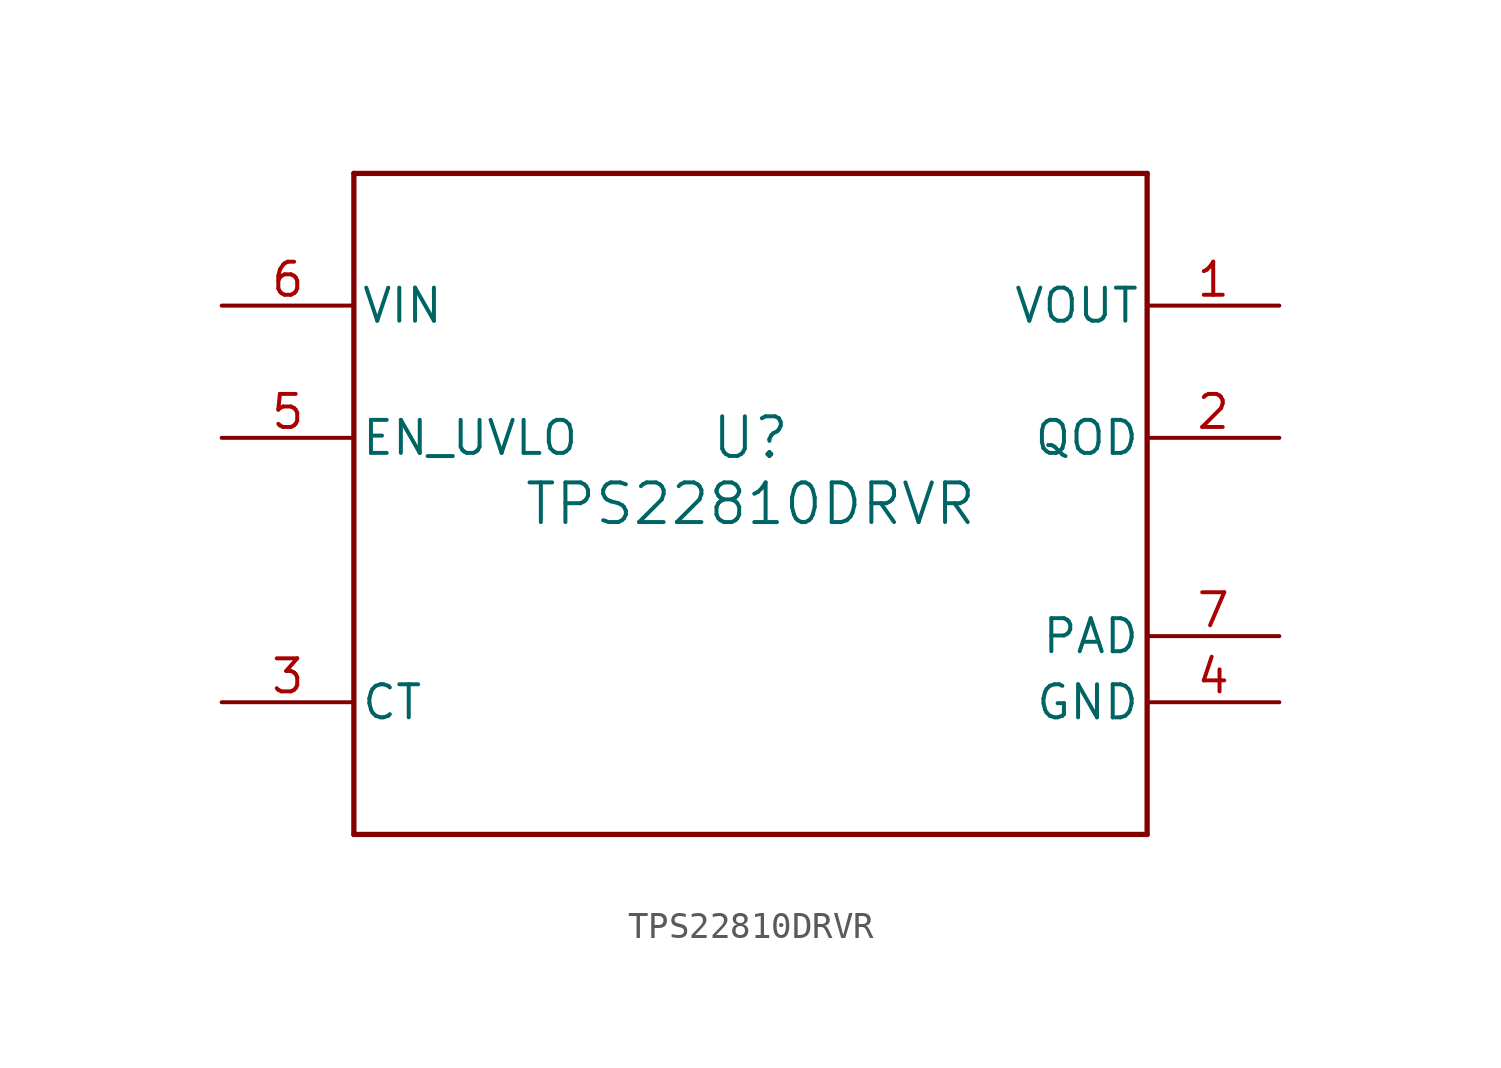
<source format=kicad_sym>
(kicad_symbol_lib
  (version 20211014)
  (generator kicad_symbol_editor)
  (symbol "TPS22810DRVR"
    (pin_names
      (offset 0.254))
    (property "Reference" "U"
      (at 0 2.54 0)
      (effects (font (size 1.524 1.524))))
    (property "Value" "TPS22810DRVR"
      (at 0 0 0)
      (effects (font (size 1.524 1.524))))
    (symbol "TPS22810DRVR_0_1"
      (polyline (pts (xy -15.24 -12.7) (xy 15.24 -12.7)) (stroke (width 0.203) (type default) (color 0 0 0 0)) (fill (type none)))
      (polyline (pts (xy 15.24 -12.7) (xy 15.24 12.7)) (stroke (width 0.203) (type default) (color 0 0 0 0)) (fill (type none)))
      (polyline (pts (xy 15.24 12.7) (xy -15.24 12.7)) (stroke (width 0.203) (type default) (color 0 0 0 0)) (fill (type none)))
      (polyline (pts (xy -15.24 12.7) (xy -15.24 -12.7)) (stroke (width 0.203) (type default) (color 0 0 0 0)) (fill (type none)))
      (pin power_in line (at 20.32 7.62 180) (length 5.08) (name "VOUT" (effects (font (size 1.27 1.27)))) (number "1" (effects (font (size 1.27 1.27)))))
      (pin output line (at 20.32 2.54 180) (length 5.08) (name "QOD" (effects (font (size 1.27 1.27)))) (number "2" (effects (font (size 1.27 1.27)))))
      (pin unspecified line (at -20.32 -7.62 0) (length 5.08) (name "CT" (effects (font (size 1.27 1.27)))) (number "3" (effects (font (size 1.27 1.27)))))
      (pin power_in line (at 20.32 -7.62 180) (length 5.08) (name "GND" (effects (font (size 1.27 1.27)))) (number "4" (effects (font (size 1.27 1.27)))))
      (pin input line (at -20.32 2.54 0) (length 5.08) (name "EN_UVLO" (effects (font (size 1.27 1.27)))) (number "5" (effects (font (size 1.27 1.27)))))
      (pin power_in line (at -20.32 7.62 0) (length 5.08) (name "VIN" (effects (font (size 1.27 1.27)))) (number "6" (effects (font (size 1.27 1.27)))))
      (pin power_in line (at 20.32 -5.08 180) (length 5.08) (name "PAD" (effects (font (size 1.27 1.27)))) (number "7" (effects (font (size 1.27 1.27))))))))
</source>
